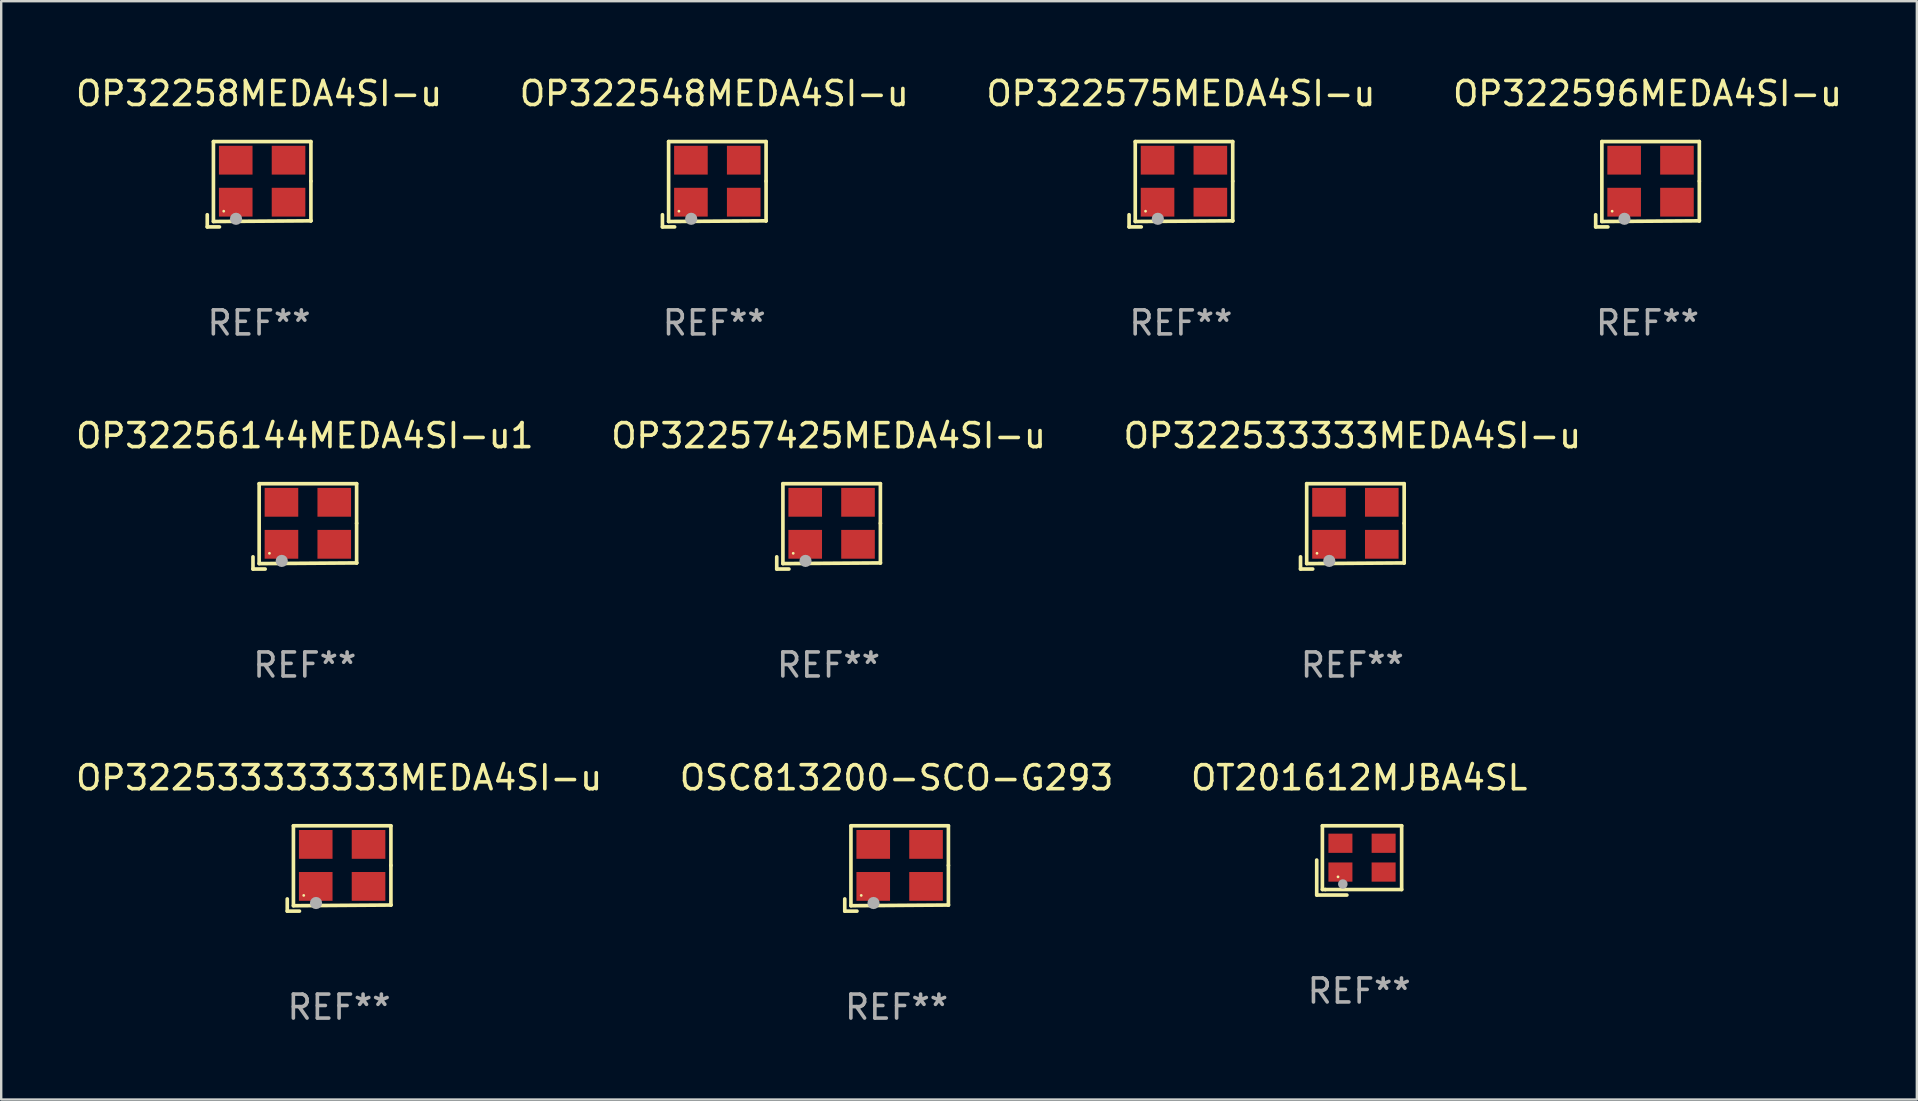
<source format=kicad_pcb>
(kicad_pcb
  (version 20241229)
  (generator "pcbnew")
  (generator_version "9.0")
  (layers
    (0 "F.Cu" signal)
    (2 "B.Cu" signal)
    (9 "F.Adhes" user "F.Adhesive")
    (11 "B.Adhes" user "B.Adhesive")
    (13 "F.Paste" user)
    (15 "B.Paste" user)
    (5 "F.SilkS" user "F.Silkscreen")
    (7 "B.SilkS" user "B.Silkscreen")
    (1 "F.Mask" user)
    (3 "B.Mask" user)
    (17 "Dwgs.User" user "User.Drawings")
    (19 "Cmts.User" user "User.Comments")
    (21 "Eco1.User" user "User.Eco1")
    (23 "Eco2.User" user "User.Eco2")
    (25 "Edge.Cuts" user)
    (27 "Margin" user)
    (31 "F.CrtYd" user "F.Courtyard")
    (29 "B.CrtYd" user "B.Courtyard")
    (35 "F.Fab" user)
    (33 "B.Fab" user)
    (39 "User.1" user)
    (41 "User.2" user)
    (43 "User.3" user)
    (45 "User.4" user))
  (footprint "OT201612MJBA4SL"
    (layer "F.Cu")
    (at 53.577 32.796)
    (property "Reference" "OT201612MJBA4SL" (at 0 -3.443 0) (layer "F.SilkS") (effects (font (size 1 1) (thickness 0.15))))
    (attr through_hole)
    (fp_line (start -1.769 -0.014) (end -1.769 1.443) (stroke (width 0.152) (type solid)) (layer "F.SilkS"))
    (fp_line (start -1.769 1.443) (end -0.512 1.443) (stroke (width 0.152) (type solid)) (layer "F.SilkS"))
    (fp_line (start -1.533 -1.443) (end 1.769 -1.443) (stroke (width 0.152) (type solid)) (layer "F.SilkS"))
    (fp_line (start -1.533 1.214) (end -1.533 -1.443) (stroke (width 0.152) (type solid)) (layer "F.SilkS"))
    (fp_line (start -1.411 1.214) (end -1.533 1.214) (stroke (width 0.152) (type solid)) (layer "F.SilkS"))
    (fp_line (start 1.769 -1.443) (end 1.769 1.214) (stroke (width 0.152) (type solid)) (layer "F.SilkS"))
    (fp_line (start 1.769 1.214) (end -1.411 1.214) (stroke (width 0.152) (type solid)) (layer "F.SilkS"))
    (fp_circle (center -0.882 0.686) (end -0.852 0.686) (stroke (width 0.06) (type solid)) (fill no) (layer "F.SilkS"))
    (fp_circle (center -0.682 0.986) (end -0.582 0.986) (stroke (width 0.2) (type solid)) (fill no) (layer "F.Fab"))
    (fp_text user "REF**" (at 0 5.443 0) (layer "F.Fab") (effects (font (size 1 1) (thickness 0.15))))
    (pad "1" smd rect (at -0.782 0.486 90) (size 0.8 1) (layers "F.Cu" "F.Mask" "F.Paste"))
    (pad "2" smd rect (at 1.018 0.486 90) (size 0.8 1) (layers "F.Cu" "F.Mask" "F.Paste"))
    (pad "3" smd rect (at 1.018 -0.714 90) (size 0.8 1) (layers "F.Cu" "F.Mask" "F.Paste"))
    (pad "4" smd rect (at -0.782 -0.714 90) (size 0.8 1) (layers "F.Cu" "F.Mask" "F.Paste")))
  (footprint "OP32258MEDA4SI-u"
    (layer "F.Cu")
    (at 7.744 4.626)
    (property "Reference" "OP32258MEDA4SI-u" (at 0 -3.778 0) (layer "F.SilkS") (effects (font (size 1 1) (thickness 0.15))))
    (attr through_hole)
    (fp_line (start -2.159 1.27) (end -2.159 1.778) (stroke (width 0.152) (type solid)) (layer "F.SilkS"))
    (fp_line (start -2.159 1.778) (end -1.651 1.778) (stroke (width 0.152) (type solid)) (layer "F.SilkS"))
    (fp_line (start -1.902 -1.778) (end 2.159 -1.778) (stroke (width 0.152) (type solid)) (layer "F.SilkS"))
    (fp_line (start -1.902 1.552) (end -1.902 -1.778) (stroke (width 0.152) (type solid)) (layer "F.SilkS"))
    (fp_line (start 2.159 -1.778) (end 2.159 -0.127) (stroke (width 0.152) (type solid)) (layer "F.SilkS"))
    (fp_line (start 2.159 -0.127) (end 2.159 1.524) (stroke (width 0.152) (type solid)) (layer "F.SilkS"))
    (fp_line (start 2.159 1.524) (end -1.902 1.552) (stroke (width 0.152) (type solid)) (layer "F.SilkS"))
    (fp_line (start 2.159 1.524) (end 2.159 1.524) (stroke (width 0.152) (type solid)) (layer "F.SilkS"))
    (fp_circle (center -1.473 1.123) (end -1.443 1.123) (stroke (width 0.06) (type solid)) (fill no) (layer "F.SilkS"))
    (fp_circle (center -0.961 1.44) (end -0.834 1.44) (stroke (width 0.254) (type solid)) (fill no) (layer "F.Fab"))
    (fp_text user "REF**" (at 0 5.778 0) (layer "F.Fab") (effects (font (size 1 1) (thickness 0.15))))
    (pad "1" smd rect (at -0.973 0.748) (size 1.4 1.2) (layers "F.Cu" "F.Mask" "F.Paste"))
    (pad "2" smd rect (at 1.227 0.748) (size 1.4 1.2) (layers "F.Cu" "F.Mask" "F.Paste"))
    (pad "3" smd rect (at 1.227 -1.002) (size 1.4 1.2) (layers "F.Cu" "F.Mask" "F.Paste"))
    (pad "4" smd rect (at -0.973 -1.002) (size 1.4 1.2) (layers "F.Cu" "F.Mask" "F.Paste")))
  (footprint "OP32256144MEDA4SI-u1"
    (layer "F.Cu")
    (at 9.649 18.879)
    (property "Reference" "OP32256144MEDA4SI-u1" (at 0 -3.778 0) (layer "F.SilkS") (effects (font (size 1 1) (thickness 0.15))))
    (attr through_hole)
    (fp_line (start -2.159 1.27) (end -2.159 1.778) (stroke (width 0.152) (type solid)) (layer "F.SilkS"))
    (fp_line (start -2.159 1.778) (end -1.651 1.778) (stroke (width 0.152) (type solid)) (layer "F.SilkS"))
    (fp_line (start -1.902 -1.778) (end 2.159 -1.778) (stroke (width 0.152) (type solid)) (layer "F.SilkS"))
    (fp_line (start -1.902 1.552) (end -1.902 -1.778) (stroke (width 0.152) (type solid)) (layer "F.SilkS"))
    (fp_line (start 2.159 -1.778) (end 2.159 -0.127) (stroke (width 0.152) (type solid)) (layer "F.SilkS"))
    (fp_line (start 2.159 -0.127) (end 2.159 1.524) (stroke (width 0.152) (type solid)) (layer "F.SilkS"))
    (fp_line (start 2.159 1.524) (end -1.902 1.552) (stroke (width 0.152) (type solid)) (layer "F.SilkS"))
    (fp_line (start 2.159 1.524) (end 2.159 1.524) (stroke (width 0.152) (type solid)) (layer "F.SilkS"))
    (fp_circle (center -1.473 1.123) (end -1.443 1.123) (stroke (width 0.06) (type solid)) (fill no) (layer "F.SilkS"))
    (fp_circle (center -0.961 1.44) (end -0.834 1.44) (stroke (width 0.254) (type solid)) (fill no) (layer "F.Fab"))
    (fp_text user "REF**" (at 0 5.778 0) (layer "F.Fab") (effects (font (size 1 1) (thickness 0.15))))
    (pad "1" smd rect (at -0.973 0.748) (size 1.4 1.2) (layers "F.Cu" "F.Mask" "F.Paste"))
    (pad "2" smd rect (at 1.227 0.748) (size 1.4 1.2) (layers "F.Cu" "F.Mask" "F.Paste"))
    (pad "3" smd rect (at 1.227 -1.002) (size 1.4 1.2) (layers "F.Cu" "F.Mask" "F.Paste"))
    (pad "4" smd rect (at -0.973 -1.002) (size 1.4 1.2) (layers "F.Cu" "F.Mask" "F.Paste")))
  (footprint "OP322596MEDA4SI-u"
    (layer "F.Cu")
    (at 65.589 4.626)
    (property "Reference" "OP322596MEDA4SI-u" (at 0 -3.778 0) (layer "F.SilkS") (effects (font (size 1 1) (thickness 0.15))))
    (attr through_hole)
    (fp_line (start -2.159 1.27) (end -2.159 1.778) (stroke (width 0.152) (type solid)) (layer "F.SilkS"))
    (fp_line (start -2.159 1.778) (end -1.651 1.778) (stroke (width 0.152) (type solid)) (layer "F.SilkS"))
    (fp_line (start -1.902 -1.778) (end 2.159 -1.778) (stroke (width 0.152) (type solid)) (layer "F.SilkS"))
    (fp_line (start -1.902 1.552) (end -1.902 -1.778) (stroke (width 0.152) (type solid)) (layer "F.SilkS"))
    (fp_line (start 2.159 -1.778) (end 2.159 -0.127) (stroke (width 0.152) (type solid)) (layer "F.SilkS"))
    (fp_line (start 2.159 -0.127) (end 2.159 1.524) (stroke (width 0.152) (type solid)) (layer "F.SilkS"))
    (fp_line (start 2.159 1.524) (end -1.902 1.552) (stroke (width 0.152) (type solid)) (layer "F.SilkS"))
    (fp_line (start 2.159 1.524) (end 2.159 1.524) (stroke (width 0.152) (type solid)) (layer "F.SilkS"))
    (fp_circle (center -1.473 1.123) (end -1.443 1.123) (stroke (width 0.06) (type solid)) (fill no) (layer "F.SilkS"))
    (fp_circle (center -0.961 1.44) (end -0.834 1.44) (stroke (width 0.254) (type solid)) (fill no) (layer "F.Fab"))
    (fp_text user "REF**" (at 0 5.778 0) (layer "F.Fab") (effects (font (size 1 1) (thickness 0.15))))
    (pad "1" smd rect (at -0.973 0.748) (size 1.4 1.2) (layers "F.Cu" "F.Mask" "F.Paste"))
    (pad "2" smd rect (at 1.227 0.748) (size 1.4 1.2) (layers "F.Cu" "F.Mask" "F.Paste"))
    (pad "3" smd rect (at 1.227 -1.002) (size 1.4 1.2) (layers "F.Cu" "F.Mask" "F.Paste"))
    (pad "4" smd rect (at -0.973 -1.002) (size 1.4 1.2) (layers "F.Cu" "F.Mask" "F.Paste")))
  (footprint "OP322548MEDA4SI-u"
    (layer "F.Cu")
    (at 26.708 4.626)
    (property "Reference" "OP322548MEDA4SI-u" (at 0 -3.778 0) (layer "F.SilkS") (effects (font (size 1 1) (thickness 0.15))))
    (attr through_hole)
    (fp_line (start -2.159 1.27) (end -2.159 1.778) (stroke (width 0.152) (type solid)) (layer "F.SilkS"))
    (fp_line (start -2.159 1.778) (end -1.651 1.778) (stroke (width 0.152) (type solid)) (layer "F.SilkS"))
    (fp_line (start -1.902 -1.778) (end 2.159 -1.778) (stroke (width 0.152) (type solid)) (layer "F.SilkS"))
    (fp_line (start -1.902 1.552) (end -1.902 -1.778) (stroke (width 0.152) (type solid)) (layer "F.SilkS"))
    (fp_line (start 2.159 -1.778) (end 2.159 -0.127) (stroke (width 0.152) (type solid)) (layer "F.SilkS"))
    (fp_line (start 2.159 -0.127) (end 2.159 1.524) (stroke (width 0.152) (type solid)) (layer "F.SilkS"))
    (fp_line (start 2.159 1.524) (end -1.902 1.552) (stroke (width 0.152) (type solid)) (layer "F.SilkS"))
    (fp_line (start 2.159 1.524) (end 2.159 1.524) (stroke (width 0.152) (type solid)) (layer "F.SilkS"))
    (fp_circle (center -1.473 1.123) (end -1.443 1.123) (stroke (width 0.06) (type solid)) (fill no) (layer "F.SilkS"))
    (fp_circle (center -0.961 1.44) (end -0.834 1.44) (stroke (width 0.254) (type solid)) (fill no) (layer "F.Fab"))
    (fp_text user "REF**" (at 0 5.778 0) (layer "F.Fab") (effects (font (size 1 1) (thickness 0.15))))
    (pad "1" smd rect (at -0.973 0.748) (size 1.4 1.2) (layers "F.Cu" "F.Mask" "F.Paste"))
    (pad "2" smd rect (at 1.227 0.748) (size 1.4 1.2) (layers "F.Cu" "F.Mask" "F.Paste"))
    (pad "3" smd rect (at 1.227 -1.002) (size 1.4 1.2) (layers "F.Cu" "F.Mask" "F.Paste"))
    (pad "4" smd rect (at -0.973 -1.002) (size 1.4 1.2) (layers "F.Cu" "F.Mask" "F.Paste")))
  (footprint "OSC813200-SCO-G293"
    (layer "F.Cu")
    (at 34.304 33.132)
    (property "Reference" "OSC813200-SCO-G293" (at 0 -3.778 0) (layer "F.SilkS") (effects (font (size 1 1) (thickness 0.15))))
    (attr through_hole)
    (fp_line (start -2.159 1.27) (end -2.159 1.778) (stroke (width 0.152) (type solid)) (layer "F.SilkS"))
    (fp_line (start -2.159 1.778) (end -1.651 1.778) (stroke (width 0.152) (type solid)) (layer "F.SilkS"))
    (fp_line (start -1.902 -1.778) (end 2.159 -1.778) (stroke (width 0.152) (type solid)) (layer "F.SilkS"))
    (fp_line (start -1.902 1.552) (end -1.902 -1.778) (stroke (width 0.152) (type solid)) (layer "F.SilkS"))
    (fp_line (start 2.159 -1.778) (end 2.159 -0.127) (stroke (width 0.152) (type solid)) (layer "F.SilkS"))
    (fp_line (start 2.159 -0.127) (end 2.159 1.524) (stroke (width 0.152) (type solid)) (layer "F.SilkS"))
    (fp_line (start 2.159 1.524) (end -1.902 1.552) (stroke (width 0.152) (type solid)) (layer "F.SilkS"))
    (fp_line (start 2.159 1.524) (end 2.159 1.524) (stroke (width 0.152) (type solid)) (layer "F.SilkS"))
    (fp_circle (center -1.473 1.123) (end -1.443 1.123) (stroke (width 0.06) (type solid)) (fill no) (layer "F.SilkS"))
    (fp_circle (center -0.961 1.44) (end -0.834 1.44) (stroke (width 0.254) (type solid)) (fill no) (layer "F.Fab"))
    (fp_text user "REF**" (at 0 5.778 0) (layer "F.Fab") (effects (font (size 1 1) (thickness 0.15))))
    (pad "1" smd rect (at -0.973 0.748) (size 1.4 1.2) (layers "F.Cu" "F.Mask" "F.Paste"))
    (pad "2" smd rect (at 1.227 0.748) (size 1.4 1.2) (layers "F.Cu" "F.Mask" "F.Paste"))
    (pad "3" smd rect (at 1.227 -1.002) (size 1.4 1.2) (layers "F.Cu" "F.Mask" "F.Paste"))
    (pad "4" smd rect (at -0.973 -1.002) (size 1.4 1.2) (layers "F.Cu" "F.Mask" "F.Paste")))
  (footprint "OP322533333333MEDA4SI-u"
    (layer "F.Cu")
    (at 11.077 33.132)
    (property "Reference" "OP322533333333MEDA4SI-u" (at 0 -3.778 0) (layer "F.SilkS") (effects (font (size 1 1) (thickness 0.15))))
    (attr through_hole)
    (fp_line (start -2.159 1.27) (end -2.159 1.778) (stroke (width 0.152) (type solid)) (layer "F.SilkS"))
    (fp_line (start -2.159 1.778) (end -1.651 1.778) (stroke (width 0.152) (type solid)) (layer "F.SilkS"))
    (fp_line (start -1.902 -1.778) (end 2.159 -1.778) (stroke (width 0.152) (type solid)) (layer "F.SilkS"))
    (fp_line (start -1.902 1.552) (end -1.902 -1.778) (stroke (width 0.152) (type solid)) (layer "F.SilkS"))
    (fp_line (start 2.159 -1.778) (end 2.159 -0.127) (stroke (width 0.152) (type solid)) (layer "F.SilkS"))
    (fp_line (start 2.159 -0.127) (end 2.159 1.524) (stroke (width 0.152) (type solid)) (layer "F.SilkS"))
    (fp_line (start 2.159 1.524) (end -1.902 1.552) (stroke (width 0.152) (type solid)) (layer "F.SilkS"))
    (fp_line (start 2.159 1.524) (end 2.159 1.524) (stroke (width 0.152) (type solid)) (layer "F.SilkS"))
    (fp_circle (center -1.473 1.123) (end -1.443 1.123) (stroke (width 0.06) (type solid)) (fill no) (layer "F.SilkS"))
    (fp_circle (center -0.961 1.44) (end -0.834 1.44) (stroke (width 0.254) (type solid)) (fill no) (layer "F.Fab"))
    (fp_text user "REF**" (at 0 5.778 0) (layer "F.Fab") (effects (font (size 1 1) (thickness 0.15))))
    (pad "1" smd rect (at -0.973 0.748) (size 1.4 1.2) (layers "F.Cu" "F.Mask" "F.Paste"))
    (pad "2" smd rect (at 1.227 0.748) (size 1.4 1.2) (layers "F.Cu" "F.Mask" "F.Paste"))
    (pad "3" smd rect (at 1.227 -1.002) (size 1.4 1.2) (layers "F.Cu" "F.Mask" "F.Paste"))
    (pad "4" smd rect (at -0.973 -1.002) (size 1.4 1.2) (layers "F.Cu" "F.Mask" "F.Paste")))
  (footprint "OP32257425MEDA4SI-u"
    (layer "F.Cu")
    (at 31.47 18.879)
    (property "Reference" "OP32257425MEDA4SI-u" (at 0 -3.778 0) (layer "F.SilkS") (effects (font (size 1 1) (thickness 0.15))))
    (attr through_hole)
    (fp_line (start -2.159 1.27) (end -2.159 1.778) (stroke (width 0.152) (type solid)) (layer "F.SilkS"))
    (fp_line (start -2.159 1.778) (end -1.651 1.778) (stroke (width 0.152) (type solid)) (layer "F.SilkS"))
    (fp_line (start -1.902 -1.778) (end 2.159 -1.778) (stroke (width 0.152) (type solid)) (layer "F.SilkS"))
    (fp_line (start -1.902 1.552) (end -1.902 -1.778) (stroke (width 0.152) (type solid)) (layer "F.SilkS"))
    (fp_line (start 2.159 -1.778) (end 2.159 -0.127) (stroke (width 0.152) (type solid)) (layer "F.SilkS"))
    (fp_line (start 2.159 -0.127) (end 2.159 1.524) (stroke (width 0.152) (type solid)) (layer "F.SilkS"))
    (fp_line (start 2.159 1.524) (end -1.902 1.552) (stroke (width 0.152) (type solid)) (layer "F.SilkS"))
    (fp_line (start 2.159 1.524) (end 2.159 1.524) (stroke (width 0.152) (type solid)) (layer "F.SilkS"))
    (fp_circle (center -1.473 1.123) (end -1.443 1.123) (stroke (width 0.06) (type solid)) (fill no) (layer "F.SilkS"))
    (fp_circle (center -0.961 1.44) (end -0.834 1.44) (stroke (width 0.254) (type solid)) (fill no) (layer "F.Fab"))
    (fp_text user "REF**" (at 0 5.778 0) (layer "F.Fab") (effects (font (size 1 1) (thickness 0.15))))
    (pad "1" smd rect (at -0.973 0.748) (size 1.4 1.2) (layers "F.Cu" "F.Mask" "F.Paste"))
    (pad "2" smd rect (at 1.227 0.748) (size 1.4 1.2) (layers "F.Cu" "F.Mask" "F.Paste"))
    (pad "3" smd rect (at 1.227 -1.002) (size 1.4 1.2) (layers "F.Cu" "F.Mask" "F.Paste"))
    (pad "4" smd rect (at -0.973 -1.002) (size 1.4 1.2) (layers "F.Cu" "F.Mask" "F.Paste")))
  (footprint "OP322533333MEDA4SI-u"
    (layer "F.Cu")
    (at 53.292 18.879)
    (property "Reference" "OP322533333MEDA4SI-u" (at 0 -3.778 0) (layer "F.SilkS") (effects (font (size 1 1) (thickness 0.15))))
    (attr through_hole)
    (fp_line (start -2.159 1.27) (end -2.159 1.778) (stroke (width 0.152) (type solid)) (layer "F.SilkS"))
    (fp_line (start -2.159 1.778) (end -1.651 1.778) (stroke (width 0.152) (type solid)) (layer "F.SilkS"))
    (fp_line (start -1.902 -1.778) (end 2.159 -1.778) (stroke (width 0.152) (type solid)) (layer "F.SilkS"))
    (fp_line (start -1.902 1.552) (end -1.902 -1.778) (stroke (width 0.152) (type solid)) (layer "F.SilkS"))
    (fp_line (start 2.159 -1.778) (end 2.159 -0.127) (stroke (width 0.152) (type solid)) (layer "F.SilkS"))
    (fp_line (start 2.159 -0.127) (end 2.159 1.524) (stroke (width 0.152) (type solid)) (layer "F.SilkS"))
    (fp_line (start 2.159 1.524) (end -1.902 1.552) (stroke (width 0.152) (type solid)) (layer "F.SilkS"))
    (fp_line (start 2.159 1.524) (end 2.159 1.524) (stroke (width 0.152) (type solid)) (layer "F.SilkS"))
    (fp_circle (center -1.473 1.123) (end -1.443 1.123) (stroke (width 0.06) (type solid)) (fill no) (layer "F.SilkS"))
    (fp_circle (center -0.961 1.44) (end -0.834 1.44) (stroke (width 0.254) (type solid)) (fill no) (layer "F.Fab"))
    (fp_text user "REF**" (at 0 5.778 0) (layer "F.Fab") (effects (font (size 1 1) (thickness 0.15))))
    (pad "1" smd rect (at -0.973 0.748) (size 1.4 1.2) (layers "F.Cu" "F.Mask" "F.Paste"))
    (pad "2" smd rect (at 1.227 0.748) (size 1.4 1.2) (layers "F.Cu" "F.Mask" "F.Paste"))
    (pad "3" smd rect (at 1.227 -1.002) (size 1.4 1.2) (layers "F.Cu" "F.Mask" "F.Paste"))
    (pad "4" smd rect (at -0.973 -1.002) (size 1.4 1.2) (layers "F.Cu" "F.Mask" "F.Paste")))
  (footprint "OP322575MEDA4SI-u"
    (layer "F.Cu")
    (at 46.149 4.626)
    (property "Reference" "OP322575MEDA4SI-u" (at 0 -3.778 0) (layer "F.SilkS") (effects (font (size 1 1) (thickness 0.15))))
    (attr through_hole)
    (fp_line (start -2.159 1.27) (end -2.159 1.778) (stroke (width 0.152) (type solid)) (layer "F.SilkS"))
    (fp_line (start -2.159 1.778) (end -1.651 1.778) (stroke (width 0.152) (type solid)) (layer "F.SilkS"))
    (fp_line (start -1.902 -1.778) (end 2.159 -1.778) (stroke (width 0.152) (type solid)) (layer "F.SilkS"))
    (fp_line (start -1.902 1.552) (end -1.902 -1.778) (stroke (width 0.152) (type solid)) (layer "F.SilkS"))
    (fp_line (start 2.159 -1.778) (end 2.159 -0.127) (stroke (width 0.152) (type solid)) (layer "F.SilkS"))
    (fp_line (start 2.159 -0.127) (end 2.159 1.524) (stroke (width 0.152) (type solid)) (layer "F.SilkS"))
    (fp_line (start 2.159 1.524) (end -1.902 1.552) (stroke (width 0.152) (type solid)) (layer "F.SilkS"))
    (fp_line (start 2.159 1.524) (end 2.159 1.524) (stroke (width 0.152) (type solid)) (layer "F.SilkS"))
    (fp_circle (center -1.473 1.123) (end -1.443 1.123) (stroke (width 0.06) (type solid)) (fill no) (layer "F.SilkS"))
    (fp_circle (center -0.961 1.44) (end -0.834 1.44) (stroke (width 0.254) (type solid)) (fill no) (layer "F.Fab"))
    (fp_text user "REF**" (at 0 5.778 0) (layer "F.Fab") (effects (font (size 1 1) (thickness 0.15))))
    (pad "1" smd rect (at -0.973 0.748) (size 1.4 1.2) (layers "F.Cu" "F.Mask" "F.Paste"))
    (pad "2" smd rect (at 1.227 0.748) (size 1.4 1.2) (layers "F.Cu" "F.Mask" "F.Paste"))
    (pad "3" smd rect (at 1.227 -1.002) (size 1.4 1.2) (layers "F.Cu" "F.Mask" "F.Paste"))
    (pad "4" smd rect (at -0.973 -1.002) (size 1.4 1.2) (layers "F.Cu" "F.Mask" "F.Paste")))
  (gr_rect
    (start -3 -3)
    (end 76.81 42.758)
    (stroke (width 0.1) (type default))
    (fill no)
    (layer "Edge.Cuts")))
</source>
